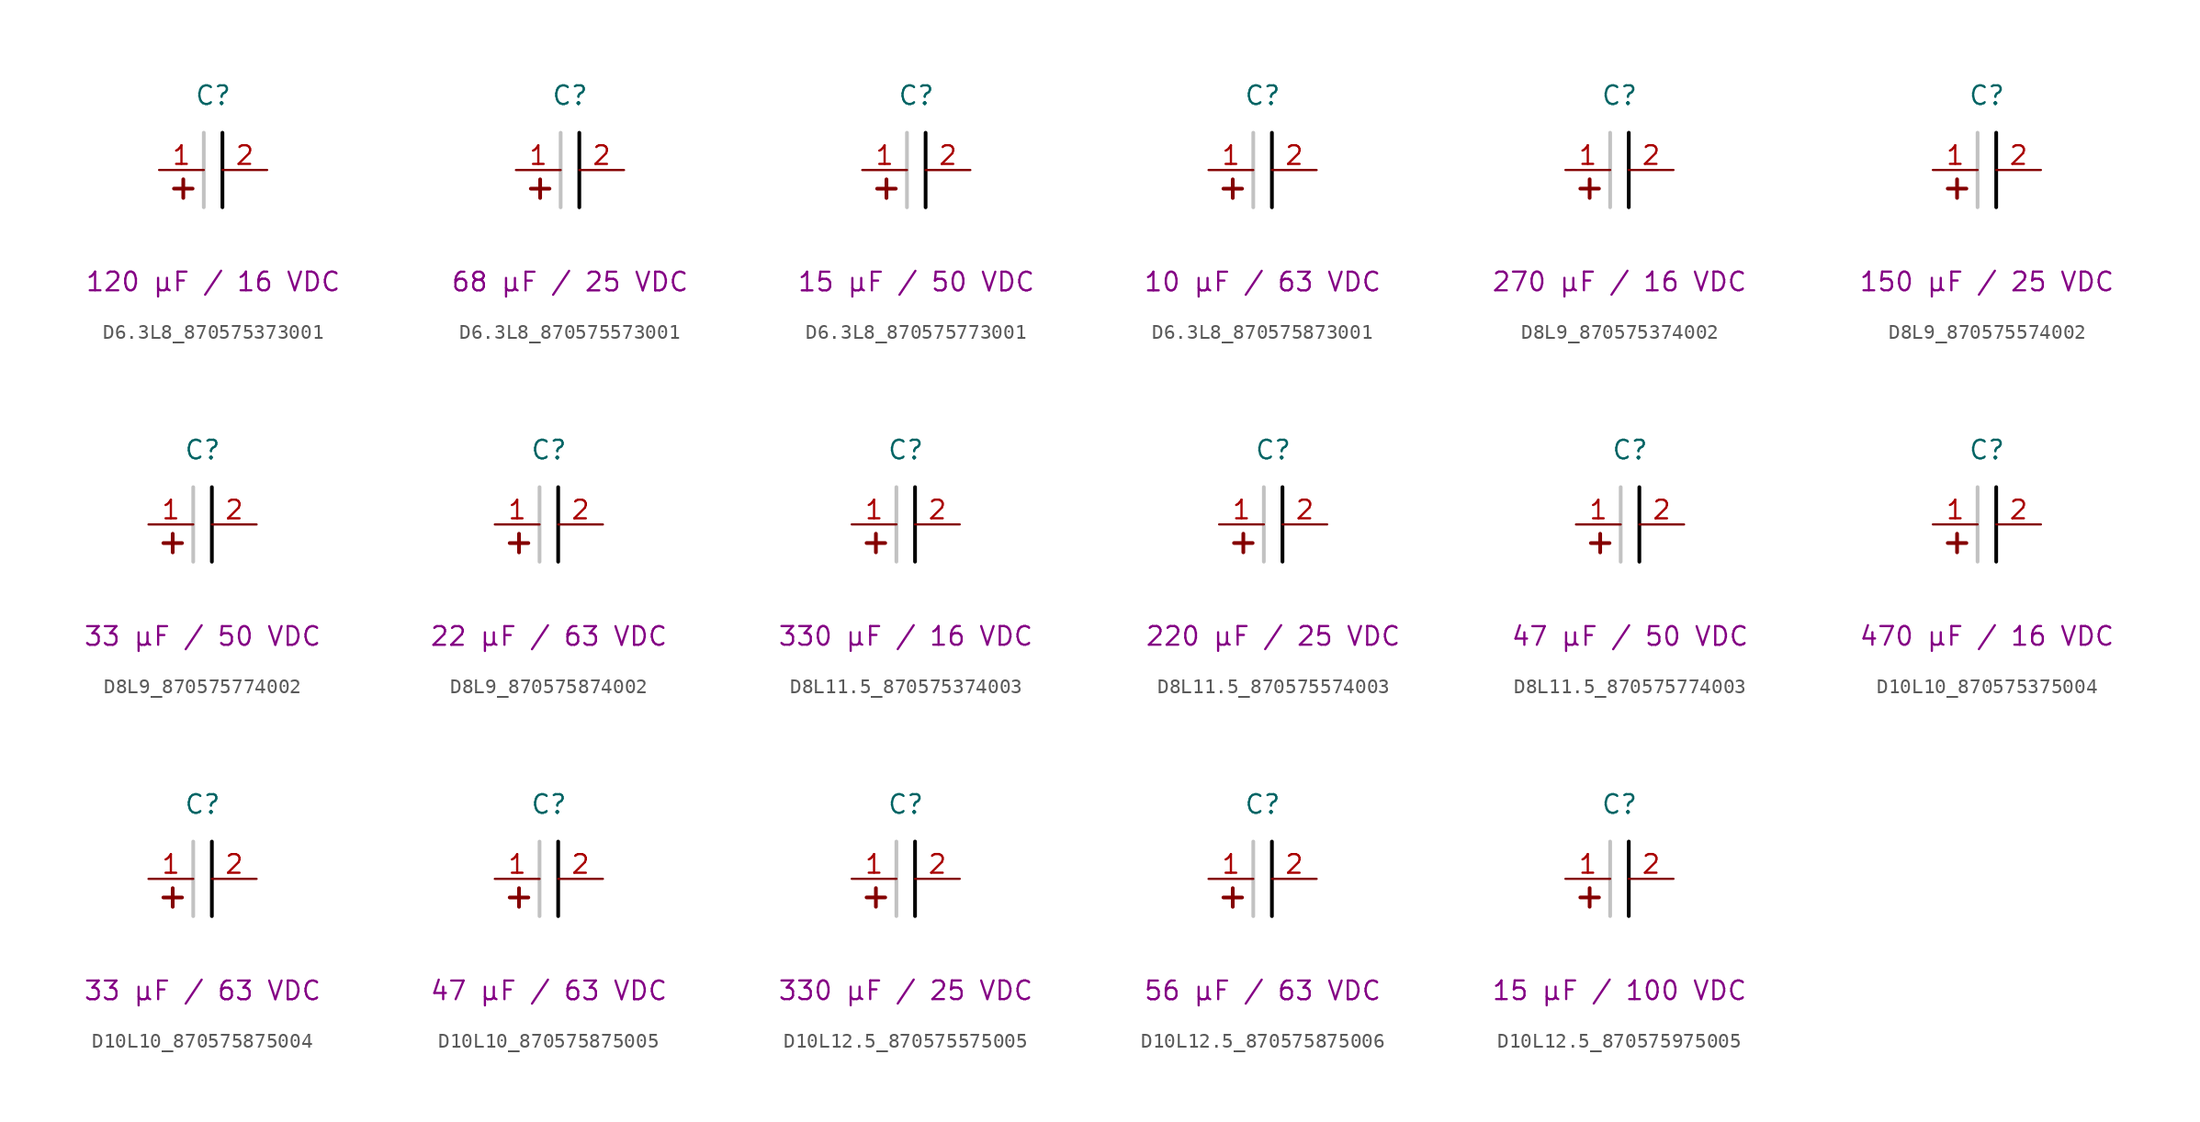
<source format=kicad_sym>
(kicad_symbol_lib
  (version 20220914)
  (generator kicad_symbol_editor)
  (symbol "D6.3L8_870575373001"
    (pin_names hide)
    (property "Reference" "C"
      (at 0 5.08 0)
      (effects (font (size 1.27 1.27))))
    (property "Critical Parameter" "120 µF / 16 VDC"
      (at 0 -7.62 0)
      (effects (font (size 1.27 1.27))))
    (symbol "D6.3L8_870575373001_1_1"
      (polyline (pts (xy -2.667 -1.27) (xy -1.397 -1.27)) (stroke (width 0.254) (type default)) (fill (type none)))
      (polyline (pts (xy -2.032 -0.635) (xy -2.032 -1.905)) (stroke (width 0.254) (type default)) (fill (type none)))
      (polyline (pts (xy -0.635 2.54) (xy -0.635 -2.54)) (stroke (width 0.254) (type default) (color 194 194 194 1)) (fill (type none)))
      (polyline (pts (xy 0.635 2.54) (xy 0.635 -2.54)) (stroke (width 0.254) (type default) (color 0 0 0 1)) (fill (type none)))
      (pin passive line (at -3.679 0 0) (length 3.044) (name "1" (effects (font (size 1.27 1.27)))) (number "1" (effects (font (size 1.27 1.27)))))
      (pin passive line (at 3.679 0 180) (length 3.044) (name "2" (effects (font (size 1.27 1.27)))) (number "2" (effects (font (size 1.27 1.27)))))))
  (symbol "D6.3L8_870575573001"
    (pin_names hide)
    (property "Reference" "C"
      (at 0 5.08 0)
      (effects (font (size 1.27 1.27))))
    (property "Critical Parameter" "68 µF / 25 VDC"
      (at 0 -7.62 0)
      (effects (font (size 1.27 1.27))))
    (symbol "D6.3L8_870575573001_1_1"
      (polyline (pts (xy -2.667 -1.27) (xy -1.397 -1.27)) (stroke (width 0.254) (type default)) (fill (type none)))
      (polyline (pts (xy -2.032 -0.635) (xy -2.032 -1.905)) (stroke (width 0.254) (type default)) (fill (type none)))
      (polyline (pts (xy -0.635 2.54) (xy -0.635 -2.54)) (stroke (width 0.254) (type default) (color 194 194 194 1)) (fill (type none)))
      (polyline (pts (xy 0.635 2.54) (xy 0.635 -2.54)) (stroke (width 0.254) (type default) (color 0 0 0 1)) (fill (type none)))
      (pin passive line (at -3.679 0 0) (length 3.044) (name "1" (effects (font (size 1.27 1.27)))) (number "1" (effects (font (size 1.27 1.27)))))
      (pin passive line (at 3.679 0 180) (length 3.044) (name "2" (effects (font (size 1.27 1.27)))) (number "2" (effects (font (size 1.27 1.27)))))))
  (symbol "D6.3L8_870575773001"
    (pin_names hide)
    (property "Reference" "C"
      (at 0 5.08 0)
      (effects (font (size 1.27 1.27))))
    (property "Critical Parameter" "15 µF / 50 VDC"
      (at 0 -7.62 0)
      (effects (font (size 1.27 1.27))))
    (symbol "D6.3L8_870575773001_1_1"
      (polyline (pts (xy -2.667 -1.27) (xy -1.397 -1.27)) (stroke (width 0.254) (type default)) (fill (type none)))
      (polyline (pts (xy -2.032 -0.635) (xy -2.032 -1.905)) (stroke (width 0.254) (type default)) (fill (type none)))
      (polyline (pts (xy -0.635 2.54) (xy -0.635 -2.54)) (stroke (width 0.254) (type default) (color 194 194 194 1)) (fill (type none)))
      (polyline (pts (xy 0.635 2.54) (xy 0.635 -2.54)) (stroke (width 0.254) (type default) (color 0 0 0 1)) (fill (type none)))
      (pin passive line (at -3.679 0 0) (length 3.044) (name "1" (effects (font (size 1.27 1.27)))) (number "1" (effects (font (size 1.27 1.27)))))
      (pin passive line (at 3.679 0 180) (length 3.044) (name "2" (effects (font (size 1.27 1.27)))) (number "2" (effects (font (size 1.27 1.27)))))))
  (symbol "D6.3L8_870575873001"
    (pin_names hide)
    (property "Reference" "C"
      (at 0 5.08 0)
      (effects (font (size 1.27 1.27))))
    (property "Critical Parameter" "10 µF / 63 VDC"
      (at 0 -7.62 0)
      (effects (font (size 1.27 1.27))))
    (symbol "D6.3L8_870575873001_1_1"
      (polyline (pts (xy -2.667 -1.27) (xy -1.397 -1.27)) (stroke (width 0.254) (type default)) (fill (type none)))
      (polyline (pts (xy -2.032 -0.635) (xy -2.032 -1.905)) (stroke (width 0.254) (type default)) (fill (type none)))
      (polyline (pts (xy -0.635 2.54) (xy -0.635 -2.54)) (stroke (width 0.254) (type default) (color 194 194 194 1)) (fill (type none)))
      (polyline (pts (xy 0.635 2.54) (xy 0.635 -2.54)) (stroke (width 0.254) (type default) (color 0 0 0 1)) (fill (type none)))
      (pin passive line (at -3.679 0 0) (length 3.044) (name "1" (effects (font (size 1.27 1.27)))) (number "1" (effects (font (size 1.27 1.27)))))
      (pin passive line (at 3.679 0 180) (length 3.044) (name "2" (effects (font (size 1.27 1.27)))) (number "2" (effects (font (size 1.27 1.27)))))))
  (symbol "D8L9_870575374002"
    (pin_names hide)
    (property "Reference" "C"
      (at 0 5.08 0)
      (effects (font (size 1.27 1.27))))
    (property "Critical Parameter" "270 µF / 16 VDC"
      (at 0 -7.62 0)
      (effects (font (size 1.27 1.27))))
    (symbol "D8L9_870575374002_1_1"
      (polyline (pts (xy -2.667 -1.27) (xy -1.397 -1.27)) (stroke (width 0.254) (type default)) (fill (type none)))
      (polyline (pts (xy -2.032 -0.635) (xy -2.032 -1.905)) (stroke (width 0.254) (type default)) (fill (type none)))
      (polyline (pts (xy -0.635 2.54) (xy -0.635 -2.54)) (stroke (width 0.254) (type default) (color 194 194 194 1)) (fill (type none)))
      (polyline (pts (xy 0.635 2.54) (xy 0.635 -2.54)) (stroke (width 0.254) (type default) (color 0 0 0 1)) (fill (type none)))
      (pin passive line (at -3.679 0 0) (length 3.044) (name "1" (effects (font (size 1.27 1.27)))) (number "1" (effects (font (size 1.27 1.27)))))
      (pin passive line (at 3.679 0 180) (length 3.044) (name "2" (effects (font (size 1.27 1.27)))) (number "2" (effects (font (size 1.27 1.27)))))))
  (symbol "D8L9_870575574002"
    (pin_names hide)
    (property "Reference" "C"
      (at 0 5.08 0)
      (effects (font (size 1.27 1.27))))
    (property "Critical Parameter" "150 µF / 25 VDC"
      (at 0 -7.62 0)
      (effects (font (size 1.27 1.27))))
    (symbol "D8L9_870575574002_1_1"
      (polyline (pts (xy -2.667 -1.27) (xy -1.397 -1.27)) (stroke (width 0.254) (type default)) (fill (type none)))
      (polyline (pts (xy -2.032 -0.635) (xy -2.032 -1.905)) (stroke (width 0.254) (type default)) (fill (type none)))
      (polyline (pts (xy -0.635 2.54) (xy -0.635 -2.54)) (stroke (width 0.254) (type default) (color 194 194 194 1)) (fill (type none)))
      (polyline (pts (xy 0.635 2.54) (xy 0.635 -2.54)) (stroke (width 0.254) (type default) (color 0 0 0 1)) (fill (type none)))
      (pin passive line (at -3.679 0 0) (length 3.044) (name "1" (effects (font (size 1.27 1.27)))) (number "1" (effects (font (size 1.27 1.27)))))
      (pin passive line (at 3.679 0 180) (length 3.044) (name "2" (effects (font (size 1.27 1.27)))) (number "2" (effects (font (size 1.27 1.27)))))))
  (symbol "D8L9_870575774002"
    (pin_names hide)
    (property "Reference" "C"
      (at 0 5.08 0)
      (effects (font (size 1.27 1.27))))
    (property "Critical Parameter" "33 µF / 50 VDC"
      (at 0 -7.62 0)
      (effects (font (size 1.27 1.27))))
    (symbol "D8L9_870575774002_1_1"
      (polyline (pts (xy -2.667 -1.27) (xy -1.397 -1.27)) (stroke (width 0.254) (type default)) (fill (type none)))
      (polyline (pts (xy -2.032 -0.635) (xy -2.032 -1.905)) (stroke (width 0.254) (type default)) (fill (type none)))
      (polyline (pts (xy -0.635 2.54) (xy -0.635 -2.54)) (stroke (width 0.254) (type default) (color 194 194 194 1)) (fill (type none)))
      (polyline (pts (xy 0.635 2.54) (xy 0.635 -2.54)) (stroke (width 0.254) (type default) (color 0 0 0 1)) (fill (type none)))
      (pin passive line (at -3.679 0 0) (length 3.044) (name "1" (effects (font (size 1.27 1.27)))) (number "1" (effects (font (size 1.27 1.27)))))
      (pin passive line (at 3.679 0 180) (length 3.044) (name "2" (effects (font (size 1.27 1.27)))) (number "2" (effects (font (size 1.27 1.27)))))))
  (symbol "D8L9_870575874002"
    (pin_names hide)
    (property "Reference" "C"
      (at 0 5.08 0)
      (effects (font (size 1.27 1.27))))
    (property "Critical Parameter" "22 µF / 63 VDC"
      (at 0 -7.62 0)
      (effects (font (size 1.27 1.27))))
    (symbol "D8L9_870575874002_1_1"
      (polyline (pts (xy -2.667 -1.27) (xy -1.397 -1.27)) (stroke (width 0.254) (type default)) (fill (type none)))
      (polyline (pts (xy -2.032 -0.635) (xy -2.032 -1.905)) (stroke (width 0.254) (type default)) (fill (type none)))
      (polyline (pts (xy -0.635 2.54) (xy -0.635 -2.54)) (stroke (width 0.254) (type default) (color 194 194 194 1)) (fill (type none)))
      (polyline (pts (xy 0.635 2.54) (xy 0.635 -2.54)) (stroke (width 0.254) (type default) (color 0 0 0 1)) (fill (type none)))
      (pin passive line (at -3.679 0 0) (length 3.044) (name "1" (effects (font (size 1.27 1.27)))) (number "1" (effects (font (size 1.27 1.27)))))
      (pin passive line (at 3.679 0 180) (length 3.044) (name "2" (effects (font (size 1.27 1.27)))) (number "2" (effects (font (size 1.27 1.27)))))))
  (symbol "D8L11.5_870575374003"
    (pin_names hide)
    (property "Reference" "C"
      (at 0 5.08 0)
      (effects (font (size 1.27 1.27))))
    (property "Critical Parameter" "330 µF / 16 VDC"
      (at 0 -7.62 0)
      (effects (font (size 1.27 1.27))))
    (symbol "D8L11.5_870575374003_1_1"
      (polyline (pts (xy -2.667 -1.27) (xy -1.397 -1.27)) (stroke (width 0.254) (type default)) (fill (type none)))
      (polyline (pts (xy -2.032 -0.635) (xy -2.032 -1.905)) (stroke (width 0.254) (type default)) (fill (type none)))
      (polyline (pts (xy -0.635 2.54) (xy -0.635 -2.54)) (stroke (width 0.254) (type default) (color 194 194 194 1)) (fill (type none)))
      (polyline (pts (xy 0.635 2.54) (xy 0.635 -2.54)) (stroke (width 0.254) (type default) (color 0 0 0 1)) (fill (type none)))
      (pin passive line (at -3.679 0 0) (length 3.044) (name "1" (effects (font (size 1.27 1.27)))) (number "1" (effects (font (size 1.27 1.27)))))
      (pin passive line (at 3.679 0 180) (length 3.044) (name "2" (effects (font (size 1.27 1.27)))) (number "2" (effects (font (size 1.27 1.27)))))))
  (symbol "D8L11.5_870575574003"
    (pin_names hide)
    (property "Reference" "C"
      (at 0 5.08 0)
      (effects (font (size 1.27 1.27))))
    (property "Critical Parameter" "220 µF / 25 VDC"
      (at 0 -7.62 0)
      (effects (font (size 1.27 1.27))))
    (symbol "D8L11.5_870575574003_1_1"
      (polyline (pts (xy -2.667 -1.27) (xy -1.397 -1.27)) (stroke (width 0.254) (type default)) (fill (type none)))
      (polyline (pts (xy -2.032 -0.635) (xy -2.032 -1.905)) (stroke (width 0.254) (type default)) (fill (type none)))
      (polyline (pts (xy -0.635 2.54) (xy -0.635 -2.54)) (stroke (width 0.254) (type default) (color 194 194 194 1)) (fill (type none)))
      (polyline (pts (xy 0.635 2.54) (xy 0.635 -2.54)) (stroke (width 0.254) (type default) (color 0 0 0 1)) (fill (type none)))
      (pin passive line (at -3.679 0 0) (length 3.044) (name "1" (effects (font (size 1.27 1.27)))) (number "1" (effects (font (size 1.27 1.27)))))
      (pin passive line (at 3.679 0 180) (length 3.044) (name "2" (effects (font (size 1.27 1.27)))) (number "2" (effects (font (size 1.27 1.27)))))))
  (symbol "D8L11.5_870575774003"
    (pin_names hide)
    (property "Reference" "C"
      (at 0 5.08 0)
      (effects (font (size 1.27 1.27))))
    (property "Critical Parameter" "47 µF / 50 VDC"
      (at 0 -7.62 0)
      (effects (font (size 1.27 1.27))))
    (symbol "D8L11.5_870575774003_1_1"
      (polyline (pts (xy -2.667 -1.27) (xy -1.397 -1.27)) (stroke (width 0.254) (type default)) (fill (type none)))
      (polyline (pts (xy -2.032 -0.635) (xy -2.032 -1.905)) (stroke (width 0.254) (type default)) (fill (type none)))
      (polyline (pts (xy -0.635 2.54) (xy -0.635 -2.54)) (stroke (width 0.254) (type default) (color 194 194 194 1)) (fill (type none)))
      (polyline (pts (xy 0.635 2.54) (xy 0.635 -2.54)) (stroke (width 0.254) (type default) (color 0 0 0 1)) (fill (type none)))
      (pin passive line (at -3.679 0 0) (length 3.044) (name "1" (effects (font (size 1.27 1.27)))) (number "1" (effects (font (size 1.27 1.27)))))
      (pin passive line (at 3.679 0 180) (length 3.044) (name "2" (effects (font (size 1.27 1.27)))) (number "2" (effects (font (size 1.27 1.27)))))))
  (symbol "D10L10_870575375004"
    (pin_names hide)
    (property "Reference" "C"
      (at 0 5.08 0)
      (effects (font (size 1.27 1.27))))
    (property "Critical Parameter" "470 µF / 16 VDC"
      (at 0 -7.62 0)
      (effects (font (size 1.27 1.27))))
    (symbol "D10L10_870575375004_1_1"
      (polyline (pts (xy -2.667 -1.27) (xy -1.397 -1.27)) (stroke (width 0.254) (type default)) (fill (type none)))
      (polyline (pts (xy -2.032 -0.635) (xy -2.032 -1.905)) (stroke (width 0.254) (type default)) (fill (type none)))
      (polyline (pts (xy -0.635 2.54) (xy -0.635 -2.54)) (stroke (width 0.254) (type default) (color 194 194 194 1)) (fill (type none)))
      (polyline (pts (xy 0.635 2.54) (xy 0.635 -2.54)) (stroke (width 0.254) (type default) (color 0 0 0 1)) (fill (type none)))
      (pin passive line (at -3.679 0 0) (length 3.044) (name "1" (effects (font (size 1.27 1.27)))) (number "1" (effects (font (size 1.27 1.27)))))
      (pin passive line (at 3.679 0 180) (length 3.044) (name "2" (effects (font (size 1.27 1.27)))) (number "2" (effects (font (size 1.27 1.27)))))))
  (symbol "D10L10_870575875004"
    (pin_names hide)
    (property "Reference" "C"
      (at 0 5.08 0)
      (effects (font (size 1.27 1.27))))
    (property "Critical Parameter" "33 µF / 63 VDC"
      (at 0 -7.62 0)
      (effects (font (size 1.27 1.27))))
    (symbol "D10L10_870575875004_1_1"
      (polyline (pts (xy -2.667 -1.27) (xy -1.397 -1.27)) (stroke (width 0.254) (type default)) (fill (type none)))
      (polyline (pts (xy -2.032 -0.635) (xy -2.032 -1.905)) (stroke (width 0.254) (type default)) (fill (type none)))
      (polyline (pts (xy -0.635 2.54) (xy -0.635 -2.54)) (stroke (width 0.254) (type default) (color 194 194 194 1)) (fill (type none)))
      (polyline (pts (xy 0.635 2.54) (xy 0.635 -2.54)) (stroke (width 0.254) (type default) (color 0 0 0 1)) (fill (type none)))
      (pin passive line (at -3.679 0 0) (length 3.044) (name "1" (effects (font (size 1.27 1.27)))) (number "1" (effects (font (size 1.27 1.27)))))
      (pin passive line (at 3.679 0 180) (length 3.044) (name "2" (effects (font (size 1.27 1.27)))) (number "2" (effects (font (size 1.27 1.27)))))))
  (symbol "D10L10_870575875005"
    (pin_names hide)
    (property "Reference" "C"
      (at 0 5.08 0)
      (effects (font (size 1.27 1.27))))
    (property "Critical Parameter" "47 µF / 63 VDC"
      (at 0 -7.62 0)
      (effects (font (size 1.27 1.27))))
    (symbol "D10L10_870575875005_1_1"
      (polyline (pts (xy -2.667 -1.27) (xy -1.397 -1.27)) (stroke (width 0.254) (type default)) (fill (type none)))
      (polyline (pts (xy -2.032 -0.635) (xy -2.032 -1.905)) (stroke (width 0.254) (type default)) (fill (type none)))
      (polyline (pts (xy -0.635 2.54) (xy -0.635 -2.54)) (stroke (width 0.254) (type default) (color 194 194 194 1)) (fill (type none)))
      (polyline (pts (xy 0.635 2.54) (xy 0.635 -2.54)) (stroke (width 0.254) (type default) (color 0 0 0 1)) (fill (type none)))
      (pin passive line (at -3.679 0 0) (length 3.044) (name "1" (effects (font (size 1.27 1.27)))) (number "1" (effects (font (size 1.27 1.27)))))
      (pin passive line (at 3.679 0 180) (length 3.044) (name "2" (effects (font (size 1.27 1.27)))) (number "2" (effects (font (size 1.27 1.27)))))))
  (symbol "D10L12.5_870575575005"
    (pin_names hide)
    (property "Reference" "C"
      (at 0 5.08 0)
      (effects (font (size 1.27 1.27))))
    (property "Critical Parameter" "330 µF / 25 VDC"
      (at 0 -7.62 0)
      (effects (font (size 1.27 1.27))))
    (symbol "D10L12.5_870575575005_1_1"
      (polyline (pts (xy -2.667 -1.27) (xy -1.397 -1.27)) (stroke (width 0.254) (type default)) (fill (type none)))
      (polyline (pts (xy -2.032 -0.635) (xy -2.032 -1.905)) (stroke (width 0.254) (type default)) (fill (type none)))
      (polyline (pts (xy -0.635 2.54) (xy -0.635 -2.54)) (stroke (width 0.254) (type default) (color 194 194 194 1)) (fill (type none)))
      (polyline (pts (xy 0.635 2.54) (xy 0.635 -2.54)) (stroke (width 0.254) (type default) (color 0 0 0 1)) (fill (type none)))
      (pin passive line (at -3.679 0 0) (length 3.044) (name "1" (effects (font (size 1.27 1.27)))) (number "1" (effects (font (size 1.27 1.27)))))
      (pin passive line (at 3.679 0 180) (length 3.044) (name "2" (effects (font (size 1.27 1.27)))) (number "2" (effects (font (size 1.27 1.27)))))))
  (symbol "D10L12.5_870575875006"
    (pin_names hide)
    (property "Reference" "C"
      (at 0 5.08 0)
      (effects (font (size 1.27 1.27))))
    (property "Critical Parameter" "56 µF / 63 VDC"
      (at 0 -7.62 0)
      (effects (font (size 1.27 1.27))))
    (symbol "D10L12.5_870575875006_1_1"
      (polyline (pts (xy -2.667 -1.27) (xy -1.397 -1.27)) (stroke (width 0.254) (type default)) (fill (type none)))
      (polyline (pts (xy -2.032 -0.635) (xy -2.032 -1.905)) (stroke (width 0.254) (type default)) (fill (type none)))
      (polyline (pts (xy -0.635 2.54) (xy -0.635 -2.54)) (stroke (width 0.254) (type default) (color 194 194 194 1)) (fill (type none)))
      (polyline (pts (xy 0.635 2.54) (xy 0.635 -2.54)) (stroke (width 0.254) (type default) (color 0 0 0 1)) (fill (type none)))
      (pin passive line (at -3.679 0 0) (length 3.044) (name "1" (effects (font (size 1.27 1.27)))) (number "1" (effects (font (size 1.27 1.27)))))
      (pin passive line (at 3.679 0 180) (length 3.044) (name "2" (effects (font (size 1.27 1.27)))) (number "2" (effects (font (size 1.27 1.27)))))))
  (symbol "D10L12.5_870575975005"
    (pin_names hide)
    (property "Reference" "C"
      (at 0 5.08 0)
      (effects (font (size 1.27 1.27))))
    (property "Critical Parameter" "15 µF / 100 VDC"
      (at 0 -7.62 0)
      (effects (font (size 1.27 1.27))))
    (symbol "D10L12.5_870575975005_1_1"
      (polyline (pts (xy -2.667 -1.27) (xy -1.397 -1.27)) (stroke (width 0.254) (type default)) (fill (type none)))
      (polyline (pts (xy -2.032 -0.635) (xy -2.032 -1.905)) (stroke (width 0.254) (type default)) (fill (type none)))
      (polyline (pts (xy -0.635 2.54) (xy -0.635 -2.54)) (stroke (width 0.254) (type default) (color 194 194 194 1)) (fill (type none)))
      (polyline (pts (xy 0.635 2.54) (xy 0.635 -2.54)) (stroke (width 0.254) (type default) (color 0 0 0 1)) (fill (type none)))
      (pin passive line (at -3.679 0 0) (length 3.044) (name "1" (effects (font (size 1.27 1.27)))) (number "1" (effects (font (size 1.27 1.27)))))
      (pin passive line (at 3.679 0 180) (length 3.044) (name "2" (effects (font (size 1.27 1.27)))) (number "2" (effects (font (size 1.27 1.27))))))))
</source>
